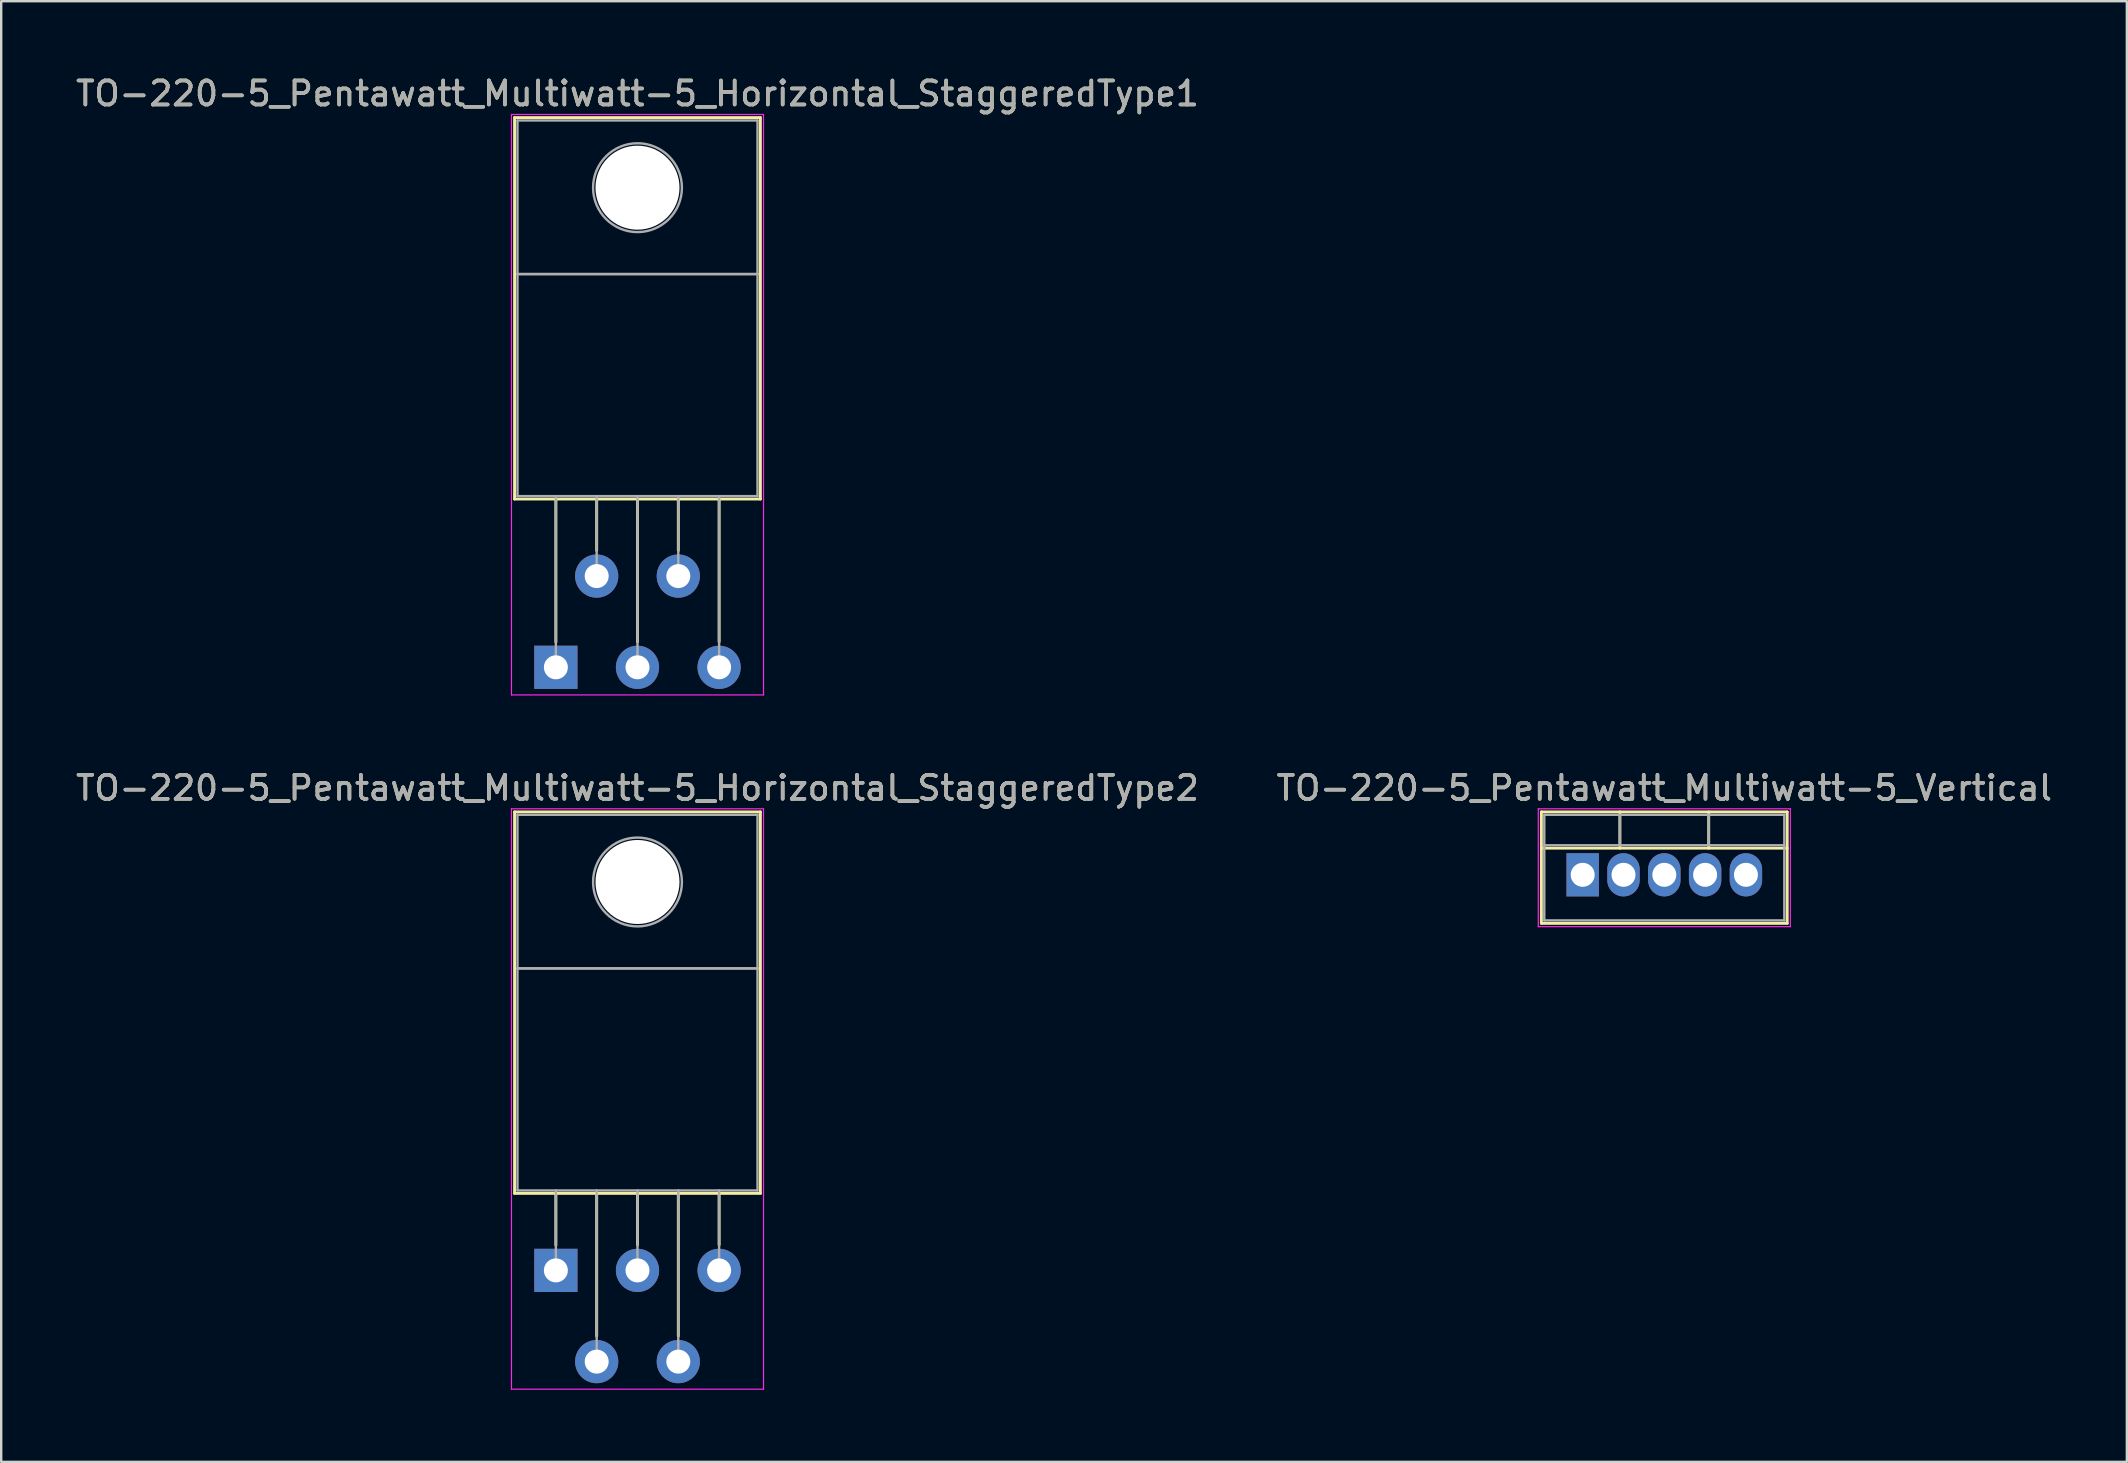
<source format=kicad_pcb>
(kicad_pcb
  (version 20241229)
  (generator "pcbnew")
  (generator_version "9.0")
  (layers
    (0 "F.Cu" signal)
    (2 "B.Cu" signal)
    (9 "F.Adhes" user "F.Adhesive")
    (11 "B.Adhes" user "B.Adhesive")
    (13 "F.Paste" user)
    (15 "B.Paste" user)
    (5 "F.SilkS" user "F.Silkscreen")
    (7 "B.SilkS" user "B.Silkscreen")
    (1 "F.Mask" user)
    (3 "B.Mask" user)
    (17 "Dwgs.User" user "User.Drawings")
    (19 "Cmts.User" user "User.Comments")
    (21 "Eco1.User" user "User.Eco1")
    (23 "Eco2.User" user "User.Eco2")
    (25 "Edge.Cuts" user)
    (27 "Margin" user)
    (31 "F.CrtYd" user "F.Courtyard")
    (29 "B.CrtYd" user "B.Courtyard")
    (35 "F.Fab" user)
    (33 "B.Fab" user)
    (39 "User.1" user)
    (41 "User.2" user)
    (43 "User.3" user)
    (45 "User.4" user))
  (footprint "TO-220-5_Pentawatt_Multiwatt-5_Horizontal_StaggeredType2"
    (layer "F.Cu")
    (at 20.106 49.871)
    (property "Reference" "TO-220-5_Pentawatt_Multiwatt-5_Horizontal_StaggeredType2" (at 3.4 -20.1 0) (layer "F.SilkS") (effects (font (size 1 1) (thickness 0.15))))
    (attr through_hole)
    (fp_line (start -1.721 -19.1) (end -1.721 -3.21) (stroke (width 0.12) (type solid)) (layer "F.SilkS"))
    (fp_line (start -1.721 -19.1) (end 8.52 -19.1) (stroke (width 0.12) (type solid)) (layer "F.SilkS"))
    (fp_line (start -1.721 -3.21) (end 8.52 -3.21) (stroke (width 0.12) (type solid)) (layer "F.SilkS"))
    (fp_line (start 0 -3.21) (end 0 -1.05) (stroke (width 0.12) (type solid)) (layer "F.SilkS"))
    (fp_line (start 1.7 -3.21) (end 1.7 2.735) (stroke (width 0.12) (type solid)) (layer "F.SilkS"))
    (fp_line (start 3.4 -3.21) (end 3.4 -1.066) (stroke (width 0.12) (type solid)) (layer "F.SilkS"))
    (fp_line (start 5.1 -3.21) (end 5.1 2.735) (stroke (width 0.12) (type solid)) (layer "F.SilkS"))
    (fp_line (start 6.8 -3.21) (end 6.8 -1.066) (stroke (width 0.12) (type solid)) (layer "F.SilkS"))
    (fp_line (start 8.52 -19.1) (end 8.52 -3.21) (stroke (width 0.12) (type solid)) (layer "F.SilkS"))
    (fp_line (start -1.85 -19.23) (end -1.85 4.95) (stroke (width 0.05) (type solid)) (layer "F.CrtYd"))
    (fp_line (start -1.85 4.95) (end 8.65 4.95) (stroke (width 0.05) (type solid)) (layer "F.CrtYd"))
    (fp_line (start 8.65 -19.23) (end -1.85 -19.23) (stroke (width 0.05) (type solid)) (layer "F.CrtYd"))
    (fp_line (start 8.65 4.95) (end 8.65 -19.23) (stroke (width 0.05) (type solid)) (layer "F.CrtYd"))
    (fp_line (start -1.6 -18.98) (end 8.4 -18.98) (stroke (width 0.1) (type solid)) (layer "F.Fab"))
    (fp_line (start -1.6 -12.58) (end -1.6 -18.98) (stroke (width 0.1) (type solid)) (layer "F.Fab"))
    (fp_line (start -1.6 -12.58) (end 8.4 -12.58) (stroke (width 0.1) (type solid)) (layer "F.Fab"))
    (fp_line (start -1.6 -3.33) (end -1.6 -12.58) (stroke (width 0.1) (type solid)) (layer "F.Fab"))
    (fp_line (start 0 -3.33) (end 0 0) (stroke (width 0.1) (type solid)) (layer "F.Fab"))
    (fp_line (start 1.7 -3.33) (end 1.7 3.8) (stroke (width 0.1) (type solid)) (layer "F.Fab"))
    (fp_line (start 3.4 -3.33) (end 3.4 0) (stroke (width 0.1) (type solid)) (layer "F.Fab"))
    (fp_line (start 5.1 -3.33) (end 5.1 3.8) (stroke (width 0.1) (type solid)) (layer "F.Fab"))
    (fp_line (start 6.8 -3.33) (end 6.8 0) (stroke (width 0.1) (type solid)) (layer "F.Fab"))
    (fp_line (start 8.4 -18.98) (end 8.4 -12.58) (stroke (width 0.1) (type solid)) (layer "F.Fab"))
    (fp_line (start 8.4 -12.58) (end -1.6 -12.58) (stroke (width 0.1) (type solid)) (layer "F.Fab"))
    (fp_line (start 8.4 -12.58) (end 8.4 -3.33) (stroke (width 0.1) (type solid)) (layer "F.Fab"))
    (fp_line (start 8.4 -3.33) (end -1.6 -3.33) (stroke (width 0.1) (type solid)) (layer "F.Fab"))
    (fp_circle (center 3.4 -16.18) (end 5.25 -16.18) (stroke (width 0.1) (type solid)) (fill no) (layer "F.Fab"))
    (fp_text user "${REFERENCE}" (at 3.4 -20.1 0) (layer "F.Fab") (effects (font (size 1 1) (thickness 0.15))))
    (pad "" np_thru_hole oval (at 3.4 -16.18) (size 3.5 3.5) (drill 3.5) (layers "*.Cu" "*.Mask"))
    (pad "1" thru_hole rect (at 0 0) (size 1.8 1.8) (drill 1) (layers "*.Cu" "*.Mask"))
    (pad "2" thru_hole oval (at 1.7 3.8) (size 1.8 1.8) (drill 1) (layers "*.Cu" "*.Mask"))
    (pad "3" thru_hole oval (at 3.4 0) (size 1.8 1.8) (drill 1) (layers "*.Cu" "*.Mask"))
    (pad "4" thru_hole oval (at 5.1 3.8) (size 1.8 1.8) (drill 1) (layers "*.Cu" "*.Mask"))
    (pad "5" thru_hole oval (at 6.8 0) (size 1.8 1.8) (drill 1) (layers "*.Cu" "*.Mask")))
  (footprint "TO-220-5_Pentawatt_Multiwatt-5_Vertical"
    (layer "F.Cu")
    (at 62.88 33.392)
    (property "Reference" "TO-220-5_Pentawatt_Multiwatt-5_Vertical" (at 3.4 -3.62 0) (layer "F.SilkS") (effects (font (size 1 1) (thickness 0.15))))
    (attr through_hole)
    (fp_line (start -1.721 -2.62) (end -1.721 2.021) (stroke (width 0.12) (type solid)) (layer "F.SilkS"))
    (fp_line (start -1.721 -2.62) (end 8.52 -2.62) (stroke (width 0.12) (type solid)) (layer "F.SilkS"))
    (fp_line (start -1.721 -1.11) (end 8.52 -1.11) (stroke (width 0.12) (type solid)) (layer "F.SilkS"))
    (fp_line (start -1.721 2.021) (end 8.52 2.021) (stroke (width 0.12) (type solid)) (layer "F.SilkS"))
    (fp_line (start 1.55 -2.62) (end 1.55 -1.11) (stroke (width 0.12) (type solid)) (layer "F.SilkS"))
    (fp_line (start 5.25 -2.62) (end 5.25 -1.11) (stroke (width 0.12) (type solid)) (layer "F.SilkS"))
    (fp_line (start 8.52 -2.62) (end 8.52 2.021) (stroke (width 0.12) (type solid)) (layer "F.SilkS"))
    (fp_line (start -1.85 -2.75) (end -1.85 2.16) (stroke (width 0.05) (type solid)) (layer "F.CrtYd"))
    (fp_line (start -1.85 2.16) (end 8.65 2.16) (stroke (width 0.05) (type solid)) (layer "F.CrtYd"))
    (fp_line (start 8.65 -2.75) (end -1.85 -2.75) (stroke (width 0.05) (type solid)) (layer "F.CrtYd"))
    (fp_line (start 8.65 2.16) (end 8.65 -2.75) (stroke (width 0.05) (type solid)) (layer "F.CrtYd"))
    (fp_line (start -1.6 -2.5) (end -1.6 1.9) (stroke (width 0.1) (type solid)) (layer "F.Fab"))
    (fp_line (start -1.6 -1.23) (end 8.4 -1.23) (stroke (width 0.1) (type solid)) (layer "F.Fab"))
    (fp_line (start -1.6 1.9) (end 8.4 1.9) (stroke (width 0.1) (type solid)) (layer "F.Fab"))
    (fp_line (start 1.55 -2.5) (end 1.55 -1.23) (stroke (width 0.1) (type solid)) (layer "F.Fab"))
    (fp_line (start 5.25 -2.5) (end 5.25 -1.23) (stroke (width 0.1) (type solid)) (layer "F.Fab"))
    (fp_line (start 8.4 -2.5) (end -1.6 -2.5) (stroke (width 0.1) (type solid)) (layer "F.Fab"))
    (fp_line (start 8.4 1.9) (end 8.4 -2.5) (stroke (width 0.1) (type solid)) (layer "F.Fab"))
    (fp_text user "${REFERENCE}" (at 3.4 -3.62 0) (layer "F.Fab") (effects (font (size 1 1) (thickness 0.15))))
    (pad "1" thru_hole rect (at 0 0) (size 1.35 1.8) (drill 1) (layers "*.Cu" "*.Mask"))
    (pad "2" thru_hole oval (at 1.7 0) (size 1.35 1.8) (drill 1) (layers "*.Cu" "*.Mask"))
    (pad "3" thru_hole oval (at 3.4 0) (size 1.35 1.8) (drill 1) (layers "*.Cu" "*.Mask"))
    (pad "4" thru_hole oval (at 5.1 0) (size 1.35 1.8) (drill 1) (layers "*.Cu" "*.Mask"))
    (pad "5" thru_hole oval (at 6.8 0) (size 1.35 1.8) (drill 1) (layers "*.Cu" "*.Mask")))
  (footprint "TO-220-5_Pentawatt_Multiwatt-5_Horizontal_StaggeredType1"
    (layer "F.Cu")
    (at 20.106 24.748)
    (property "Reference" "TO-220-5_Pentawatt_Multiwatt-5_Horizontal_StaggeredType1" (at 3.4 -23.9 0) (layer "F.SilkS") (effects (font (size 1 1) (thickness 0.15))))
    (attr through_hole)
    (fp_line (start -1.721 -22.9) (end -1.721 -7.01) (stroke (width 0.12) (type solid)) (layer "F.SilkS"))
    (fp_line (start -1.721 -22.9) (end 8.52 -22.9) (stroke (width 0.12) (type solid)) (layer "F.SilkS"))
    (fp_line (start -1.721 -7.01) (end 8.52 -7.01) (stroke (width 0.12) (type solid)) (layer "F.SilkS"))
    (fp_line (start 0 -7.01) (end 0 -1.05) (stroke (width 0.12) (type solid)) (layer "F.SilkS"))
    (fp_line (start 1.7 -7.01) (end 1.7 -4.866) (stroke (width 0.12) (type solid)) (layer "F.SilkS"))
    (fp_line (start 3.4 -7.01) (end 3.4 -1.065) (stroke (width 0.12) (type solid)) (layer "F.SilkS"))
    (fp_line (start 5.1 -7.01) (end 5.1 -4.866) (stroke (width 0.12) (type solid)) (layer "F.SilkS"))
    (fp_line (start 6.8 -7.01) (end 6.8 -1.065) (stroke (width 0.12) (type solid)) (layer "F.SilkS"))
    (fp_line (start 8.52 -22.9) (end 8.52 -7.01) (stroke (width 0.12) (type solid)) (layer "F.SilkS"))
    (fp_line (start -1.85 -23.03) (end -1.85 1.15) (stroke (width 0.05) (type solid)) (layer "F.CrtYd"))
    (fp_line (start -1.85 1.15) (end 8.65 1.15) (stroke (width 0.05) (type solid)) (layer "F.CrtYd"))
    (fp_line (start 8.65 -23.03) (end -1.85 -23.03) (stroke (width 0.05) (type solid)) (layer "F.CrtYd"))
    (fp_line (start 8.65 1.15) (end 8.65 -23.03) (stroke (width 0.05) (type solid)) (layer "F.CrtYd"))
    (fp_line (start -1.6 -22.78) (end 8.4 -22.78) (stroke (width 0.1) (type solid)) (layer "F.Fab"))
    (fp_line (start -1.6 -16.38) (end -1.6 -22.78) (stroke (width 0.1) (type solid)) (layer "F.Fab"))
    (fp_line (start -1.6 -16.38) (end 8.4 -16.38) (stroke (width 0.1) (type solid)) (layer "F.Fab"))
    (fp_line (start -1.6 -7.13) (end -1.6 -16.38) (stroke (width 0.1) (type solid)) (layer "F.Fab"))
    (fp_line (start 0 -7.13) (end 0 0) (stroke (width 0.1) (type solid)) (layer "F.Fab"))
    (fp_line (start 1.7 -7.13) (end 1.7 -3.8) (stroke (width 0.1) (type solid)) (layer "F.Fab"))
    (fp_line (start 3.4 -7.13) (end 3.4 0) (stroke (width 0.1) (type solid)) (layer "F.Fab"))
    (fp_line (start 5.1 -7.13) (end 5.1 -3.8) (stroke (width 0.1) (type solid)) (layer "F.Fab"))
    (fp_line (start 6.8 -7.13) (end 6.8 0) (stroke (width 0.1) (type solid)) (layer "F.Fab"))
    (fp_line (start 8.4 -22.78) (end 8.4 -16.38) (stroke (width 0.1) (type solid)) (layer "F.Fab"))
    (fp_line (start 8.4 -16.38) (end -1.6 -16.38) (stroke (width 0.1) (type solid)) (layer "F.Fab"))
    (fp_line (start 8.4 -16.38) (end 8.4 -7.13) (stroke (width 0.1) (type solid)) (layer "F.Fab"))
    (fp_line (start 8.4 -7.13) (end -1.6 -7.13) (stroke (width 0.1) (type solid)) (layer "F.Fab"))
    (fp_circle (center 3.4 -19.98) (end 5.25 -19.98) (stroke (width 0.1) (type solid)) (fill no) (layer "F.Fab"))
    (fp_text user "${REFERENCE}" (at 3.4 -23.9 0) (layer "F.Fab") (effects (font (size 1 1) (thickness 0.15))))
    (pad "" np_thru_hole oval (at 3.4 -19.98) (size 3.5 3.5) (drill 3.5) (layers "*.Cu" "*.Mask"))
    (pad "1" thru_hole rect (at 0 0) (size 1.8 1.8) (drill 1) (layers "*.Cu" "*.Mask"))
    (pad "2" thru_hole oval (at 1.7 -3.8) (size 1.8 1.8) (drill 1) (layers "*.Cu" "*.Mask"))
    (pad "3" thru_hole oval (at 3.4 0) (size 1.8 1.8) (drill 1) (layers "*.Cu" "*.Mask"))
    (pad "4" thru_hole oval (at 5.1 -3.8) (size 1.8 1.8) (drill 1) (layers "*.Cu" "*.Mask"))
    (pad "5" thru_hole oval (at 6.8 0) (size 1.8 1.8) (drill 1) (layers "*.Cu" "*.Mask")))
  (gr_rect
    (start -3 -3)
    (end 85.548 57.846)
    (stroke (width 0.1) (type default))
    (fill no)
    (layer "Edge.Cuts")))
</source>
